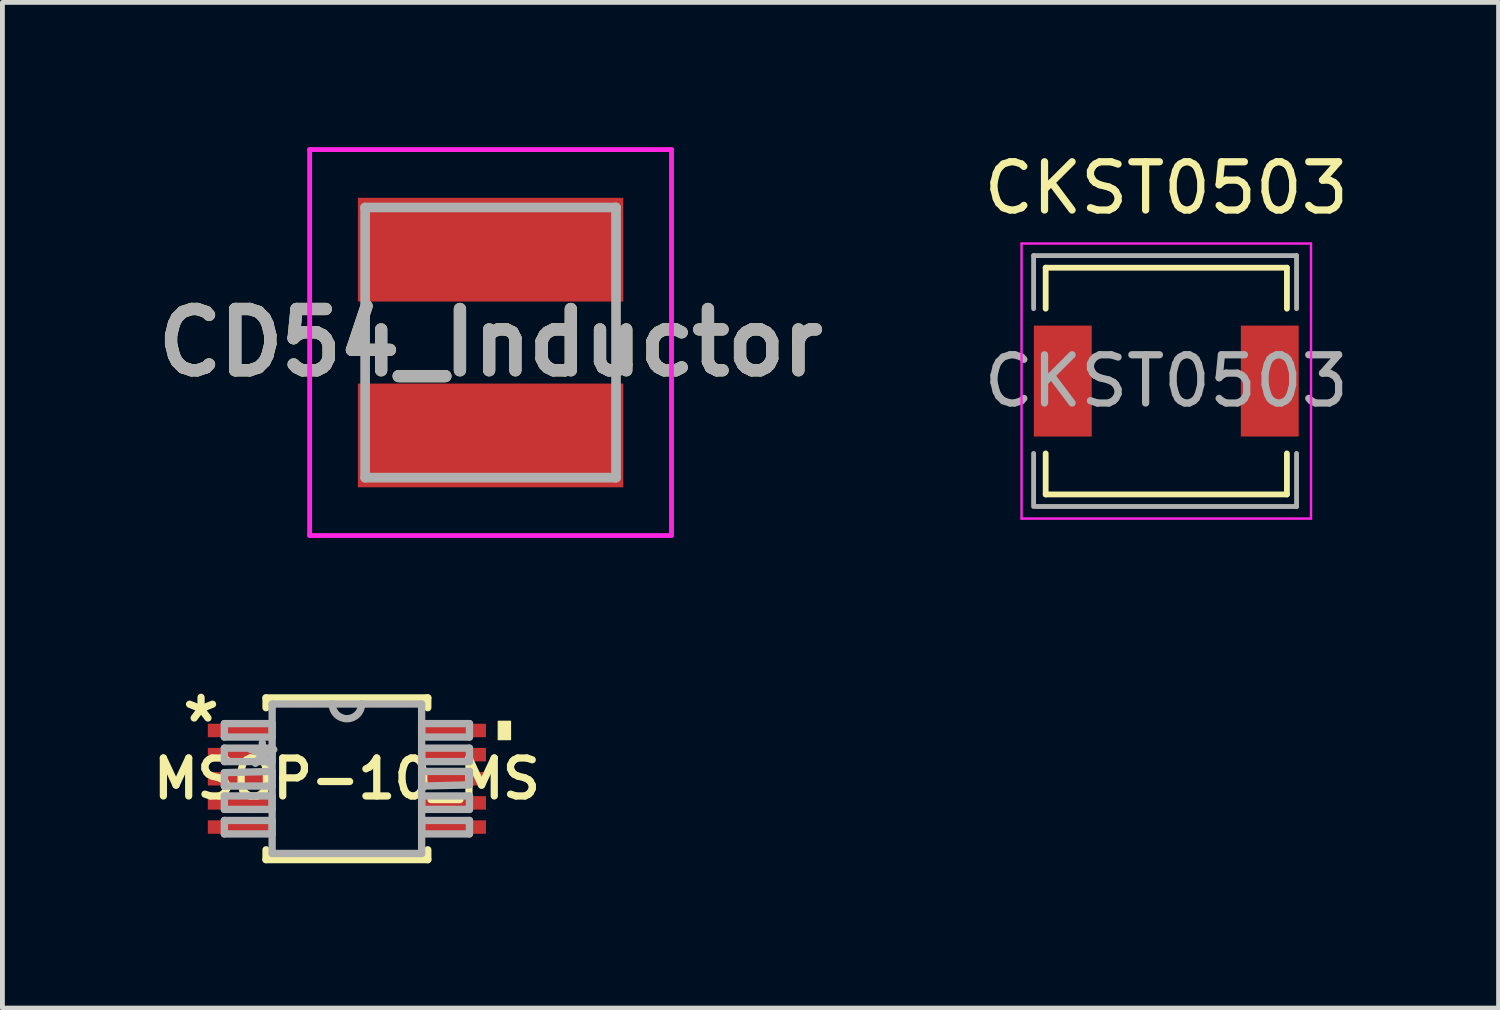
<source format=kicad_pcb>
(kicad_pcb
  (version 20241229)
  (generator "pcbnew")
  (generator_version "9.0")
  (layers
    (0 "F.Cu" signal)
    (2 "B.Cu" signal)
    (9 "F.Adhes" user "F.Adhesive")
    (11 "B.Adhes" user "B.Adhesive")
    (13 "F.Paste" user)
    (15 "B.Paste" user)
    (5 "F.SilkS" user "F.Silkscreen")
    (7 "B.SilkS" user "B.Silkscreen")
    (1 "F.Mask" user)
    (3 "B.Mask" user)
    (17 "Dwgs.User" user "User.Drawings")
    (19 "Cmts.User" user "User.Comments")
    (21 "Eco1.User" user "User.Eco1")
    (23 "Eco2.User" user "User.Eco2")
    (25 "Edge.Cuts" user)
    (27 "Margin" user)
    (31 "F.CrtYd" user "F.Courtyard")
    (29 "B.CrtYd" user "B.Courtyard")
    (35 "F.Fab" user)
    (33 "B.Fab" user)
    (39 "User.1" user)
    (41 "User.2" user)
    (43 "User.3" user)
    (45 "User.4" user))
  (footprint "CKST0503"
    (layer "F.Cu")
    (at 21.123 4.848)
    (property "Reference" "CKST0503" (at 0 -4 0) (layer "F.SilkS") (effects (font (size 1 1) (thickness 0.15))))
    (attr smd)
    (fp_line (start -2.5 -2.35) (end 2.5 -2.35) (stroke (width 0.12) (type solid)) (layer "F.SilkS"))
    (fp_line (start -2.5 -1.5) (end -2.5 -2.35) (stroke (width 0.12) (type solid)) (layer "F.SilkS"))
    (fp_line (start -2.5 2.35) (end -2.5 1.5) (stroke (width 0.12) (type solid)) (layer "F.SilkS"))
    (fp_line (start 2.5 -2.35) (end 2.5 -1.5) (stroke (width 0.12) (type solid)) (layer "F.SilkS"))
    (fp_line (start 2.5 1.5) (end 2.5 2.35) (stroke (width 0.12) (type solid)) (layer "F.SilkS"))
    (fp_line (start 2.5 2.35) (end -2.5 2.35) (stroke (width 0.12) (type solid)) (layer "F.SilkS"))
    (fp_line (start -3 -2.85) (end -3 2.85) (stroke (width 0.05) (type solid)) (layer "F.CrtYd"))
    (fp_line (start -3 2.85) (end 3 2.85) (stroke (width 0.05) (type solid)) (layer "F.CrtYd"))
    (fp_line (start 3 -2.85) (end -3 -2.85) (stroke (width 0.05) (type solid)) (layer "F.CrtYd"))
    (fp_line (start 3 2.85) (end 3 -2.85) (stroke (width 0.05) (type solid)) (layer "F.CrtYd"))
    (fp_line (start -2.75 -2.6) (end -2.75 -1.5) (stroke (width 0.1) (type solid)) (layer "F.Fab"))
    (fp_line (start -2.75 -2.6) (end 2.7 -2.6) (stroke (width 0.1) (type solid)) (layer "F.Fab"))
    (fp_line (start -2.75 2.6) (end -2.75 1.5) (stroke (width 0.1) (type solid)) (layer "F.Fab"))
    (fp_line (start -2.7 2.6) (end 2.7 2.6) (stroke (width 0.1) (type solid)) (layer "F.Fab"))
    (fp_line (start 2.7 -2.6) (end 2.7 -1.5) (stroke (width 0.1) (type solid)) (layer "F.Fab"))
    (fp_line (start 2.7 2.6) (end 2.7 1.5) (stroke (width 0.1) (type solid)) (layer "F.Fab"))
    (fp_text user "${REFERENCE}" (at 0 0 0) (layer "F.Fab") (effects (font (size 1 1) (thickness 0.15))))
    (pad "1" smd rect (at -2.145 0) (size 1.2 2.3) (layers "F.Cu" "F.Mask" "F.Paste"))
    (pad "2" smd rect (at 2.145 0) (size 1.2 2.3) (layers "F.Cu" "F.Mask" "F.Paste")))
  (footprint "CD54_Inductor"
    (layer "F.Cu")
    (at 7.118 4.05)
    (property "Reference" "CD54_Inductor" (at 0 0 0) (layer "F.SilkS") (effects (font (size 1.27 1.27) (thickness 0.254))))
    (attr smd)
    (fp_line (start -2.6 -0.5) (end -2.6 0.5) (stroke (width 0.1) (type solid)) (layer "F.SilkS"))
    (fp_line (start 2.6 -0.5) (end 2.6 0.5) (stroke (width 0.1) (type solid)) (layer "F.SilkS"))
    (fp_line (start -3.75 -4) (end 3.75 -4) (stroke (width 0.1) (type solid)) (layer "F.CrtYd"))
    (fp_line (start -3.75 4) (end -3.75 -4) (stroke (width 0.1) (type solid)) (layer "F.CrtYd"))
    (fp_line (start 3.75 -4) (end 3.75 4) (stroke (width 0.1) (type solid)) (layer "F.CrtYd"))
    (fp_line (start 3.75 4) (end -3.75 4) (stroke (width 0.1) (type solid)) (layer "F.CrtYd"))
    (fp_line (start -2.6 -2.8) (end 2.6 -2.8) (stroke (width 0.2) (type solid)) (layer "F.Fab"))
    (fp_line (start -2.6 2.8) (end -2.6 -2.8) (stroke (width 0.2) (type solid)) (layer "F.Fab"))
    (fp_line (start 2.6 -2.8) (end 2.6 2.8) (stroke (width 0.2) (type solid)) (layer "F.Fab"))
    (fp_line (start 2.6 2.8) (end -2.6 2.8) (stroke (width 0.2) (type solid)) (layer "F.Fab"))
    (fp_text user "${REFERENCE}" (at 0 0 0) (layer "F.Fab") (effects (font (size 1.27 1.27) (thickness 0.254))))
    (pad "1" smd rect (at 0 -1.925 90) (size 2.15 5.5) (layers "F.Cu" "F.Mask" "F.Paste"))
    (pad "2" smd rect (at 0 1.925 90) (size 2.15 5.5) (layers "F.Cu" "F.Mask" "F.Paste")))
  (footprint "MSOP-10_MS"
    (layer "F.Cu")
    (at 4.14 13.091)
    (property "Reference" "MSOP-10_MS" (at 0 0 0) (layer "F.SilkS") (effects (font (size 0.787 0.787) (thickness 0.15))))
    (attr through_hole)
    (fp_line (start -1.676 -1.676) (end -1.676 -1.473) (stroke (width 0.152) (type solid)) (layer "F.SilkS"))
    (fp_line (start -1.676 1.473) (end -1.676 1.676) (stroke (width 0.152) (type solid)) (layer "F.SilkS"))
    (fp_line (start -1.676 1.676) (end 1.676 1.676) (stroke (width 0.152) (type solid)) (layer "F.SilkS"))
    (fp_line (start 1.676 -1.676) (end -1.676 -1.676) (stroke (width 0.152) (type solid)) (layer "F.SilkS"))
    (fp_line (start 1.676 -1.473) (end 1.676 -1.676) (stroke (width 0.152) (type solid)) (layer "F.SilkS"))
    (fp_line (start 1.676 1.676) (end 1.676 1.473) (stroke (width 0.152) (type solid)) (layer "F.SilkS"))
    (fp_poly (pts (xy 3.391 -1.191) (xy 3.391 -0.81) (xy 3.137 -0.81) (xy 3.137 -1.191)) (stroke (width 0.025) (type solid)) (fill yes) (layer "F.SilkS"))
    (fp_line (start -2.54 -1.143) (end -2.54 -0.864) (stroke (width 0.152) (type solid)) (layer "F.Fab"))
    (fp_line (start -2.54 -0.864) (end -1.549 -0.864) (stroke (width 0.152) (type solid)) (layer "F.Fab"))
    (fp_line (start -2.54 -0.635) (end -2.54 -0.356) (stroke (width 0.152) (type solid)) (layer "F.Fab"))
    (fp_line (start -2.54 -0.356) (end -1.549 -0.356) (stroke (width 0.152) (type solid)) (layer "F.Fab"))
    (fp_line (start -2.54 -0.127) (end -2.54 0.152) (stroke (width 0.152) (type solid)) (layer "F.Fab"))
    (fp_line (start -2.54 0.152) (end -1.549 0.152) (stroke (width 0.152) (type solid)) (layer "F.Fab"))
    (fp_line (start -2.54 0.356) (end -2.54 0.635) (stroke (width 0.152) (type solid)) (layer "F.Fab"))
    (fp_line (start -2.54 0.635) (end -1.549 0.635) (stroke (width 0.152) (type solid)) (layer "F.Fab"))
    (fp_line (start -2.54 0.864) (end -2.54 1.143) (stroke (width 0.152) (type solid)) (layer "F.Fab"))
    (fp_line (start -2.54 1.143) (end -1.549 1.143) (stroke (width 0.152) (type solid)) (layer "F.Fab"))
    (fp_line (start -1.549 -1.549) (end -1.549 1.549) (stroke (width 0.152) (type solid)) (layer "F.Fab"))
    (fp_line (start -1.549 -1.143) (end -2.54 -1.143) (stroke (width 0.152) (type solid)) (layer "F.Fab"))
    (fp_line (start -1.549 -0.864) (end -1.549 -1.143) (stroke (width 0.152) (type solid)) (layer "F.Fab"))
    (fp_line (start -1.549 -0.635) (end -2.54 -0.635) (stroke (width 0.152) (type solid)) (layer "F.Fab"))
    (fp_line (start -1.549 -0.356) (end -1.549 -0.635) (stroke (width 0.152) (type solid)) (layer "F.Fab"))
    (fp_line (start -1.549 -0.152) (end -2.54 -0.127) (stroke (width 0.152) (type solid)) (layer "F.Fab"))
    (fp_line (start -1.549 0.152) (end -1.549 -0.152) (stroke (width 0.152) (type solid)) (layer "F.Fab"))
    (fp_line (start -1.549 0.356) (end -2.54 0.356) (stroke (width 0.152) (type solid)) (layer "F.Fab"))
    (fp_line (start -1.549 0.635) (end -1.549 0.356) (stroke (width 0.152) (type solid)) (layer "F.Fab"))
    (fp_line (start -1.549 0.864) (end -2.54 0.864) (stroke (width 0.152) (type solid)) (layer "F.Fab"))
    (fp_line (start -1.549 1.143) (end -1.549 0.864) (stroke (width 0.152) (type solid)) (layer "F.Fab"))
    (fp_line (start -1.549 1.549) (end 1.549 1.549) (stroke (width 0.152) (type solid)) (layer "F.Fab"))
    (fp_line (start -0.305 -1.549) (end -1.549 -1.549) (stroke (width 0.152) (type solid)) (layer "F.Fab"))
    (fp_line (start 0.305 -1.549) (end -0.305 -1.549) (stroke (width 0.152) (type solid)) (layer "F.Fab"))
    (fp_line (start 1.549 -1.549) (end 0.305 -1.549) (stroke (width 0.152) (type solid)) (layer "F.Fab"))
    (fp_line (start 1.549 -1.143) (end 1.549 -0.864) (stroke (width 0.152) (type solid)) (layer "F.Fab"))
    (fp_line (start 1.549 -0.864) (end 2.54 -0.864) (stroke (width 0.152) (type solid)) (layer "F.Fab"))
    (fp_line (start 1.549 -0.635) (end 1.549 -0.356) (stroke (width 0.152) (type solid)) (layer "F.Fab"))
    (fp_line (start 1.549 -0.356) (end 2.54 -0.356) (stroke (width 0.152) (type solid)) (layer "F.Fab"))
    (fp_line (start 1.549 -0.152) (end 1.549 0.152) (stroke (width 0.152) (type solid)) (layer "F.Fab"))
    (fp_line (start 1.549 0.152) (end 2.54 0.127) (stroke (width 0.152) (type solid)) (layer "F.Fab"))
    (fp_line (start 1.549 0.356) (end 1.549 0.635) (stroke (width 0.152) (type solid)) (layer "F.Fab"))
    (fp_line (start 1.549 0.635) (end 2.54 0.635) (stroke (width 0.152) (type solid)) (layer "F.Fab"))
    (fp_line (start 1.549 0.864) (end 1.549 1.143) (stroke (width 0.152) (type solid)) (layer "F.Fab"))
    (fp_line (start 1.549 1.143) (end 2.54 1.143) (stroke (width 0.152) (type solid)) (layer "F.Fab"))
    (fp_line (start 1.549 1.549) (end 1.549 -1.549) (stroke (width 0.152) (type solid)) (layer "F.Fab"))
    (fp_line (start 2.54 -1.143) (end 1.549 -1.143) (stroke (width 0.152) (type solid)) (layer "F.Fab"))
    (fp_line (start 2.54 -0.864) (end 2.54 -1.143) (stroke (width 0.152) (type solid)) (layer "F.Fab"))
    (fp_line (start 2.54 -0.635) (end 1.549 -0.635) (stroke (width 0.152) (type solid)) (layer "F.Fab"))
    (fp_line (start 2.54 -0.356) (end 2.54 -0.635) (stroke (width 0.152) (type solid)) (layer "F.Fab"))
    (fp_line (start 2.54 -0.152) (end 1.549 -0.152) (stroke (width 0.152) (type solid)) (layer "F.Fab"))
    (fp_line (start 2.54 0.127) (end 2.54 -0.152) (stroke (width 0.152) (type solid)) (layer "F.Fab"))
    (fp_line (start 2.54 0.356) (end 1.549 0.356) (stroke (width 0.152) (type solid)) (layer "F.Fab"))
    (fp_line (start 2.54 0.635) (end 2.54 0.356) (stroke (width 0.152) (type solid)) (layer "F.Fab"))
    (fp_line (start 2.54 0.864) (end 1.549 0.864) (stroke (width 0.152) (type solid)) (layer "F.Fab"))
    (fp_line (start 2.54 1.143) (end 2.54 0.864) (stroke (width 0.152) (type solid)) (layer "F.Fab"))
    (fp_arc (start 0.3048 -1.5494) (mid 0 -1.2446) (end -0.3048 -1.5494) (stroke (width 0.1524) (type solid)) (layer "F.Fab"))
    (fp_text user "*" (at -3.023 -1.143 0) (layer "F.SilkS") (effects (font (size 1 1) (thickness 0.15))))
    (fp_text user "*" (at -1.753 -0.203 0) (layer "F.Fab") (effects (font (size 1 1) (thickness 0.15))))
    (pad "1" smd rect (at -2.184 -1.001) (size 1.397 0.279) (layers "F.Cu" "F.Mask" "F.Paste"))
    (pad "2" smd rect (at -2.184 -0.5) (size 1.397 0.279) (layers "F.Cu" "F.Mask" "F.Paste"))
    (pad "3" smd rect (at -2.184 0) (size 1.397 0.279) (layers "F.Cu" "F.Mask" "F.Paste"))
    (pad "4" smd rect (at -2.184 0.5) (size 1.397 0.279) (layers "F.Cu" "F.Mask" "F.Paste"))
    (pad "5" smd rect (at -2.184 1.001) (size 1.397 0.279) (layers "F.Cu" "F.Mask" "F.Paste"))
    (pad "6" smd rect (at 2.184 1.001) (size 1.397 0.279) (layers "F.Cu" "F.Mask" "F.Paste"))
    (pad "7" smd rect (at 2.184 0.5) (size 1.397 0.279) (layers "F.Cu" "F.Mask" "F.Paste"))
    (pad "8" smd rect (at 2.184 0) (size 1.397 0.279) (layers "F.Cu" "F.Mask" "F.Paste"))
    (pad "9" smd rect (at 2.184 -0.5) (size 1.397 0.279) (layers "F.Cu" "F.Mask" "F.Paste"))
    (pad "10" smd rect (at 2.184 -1.001) (size 1.397 0.279) (layers "F.Cu" "F.Mask" "F.Paste")))
  (gr_rect
    (start -3 -3)
    (end 28.01 17.844)
    (stroke (width 0.1) (type default))
    (fill no)
    (layer "Edge.Cuts")))
</source>
